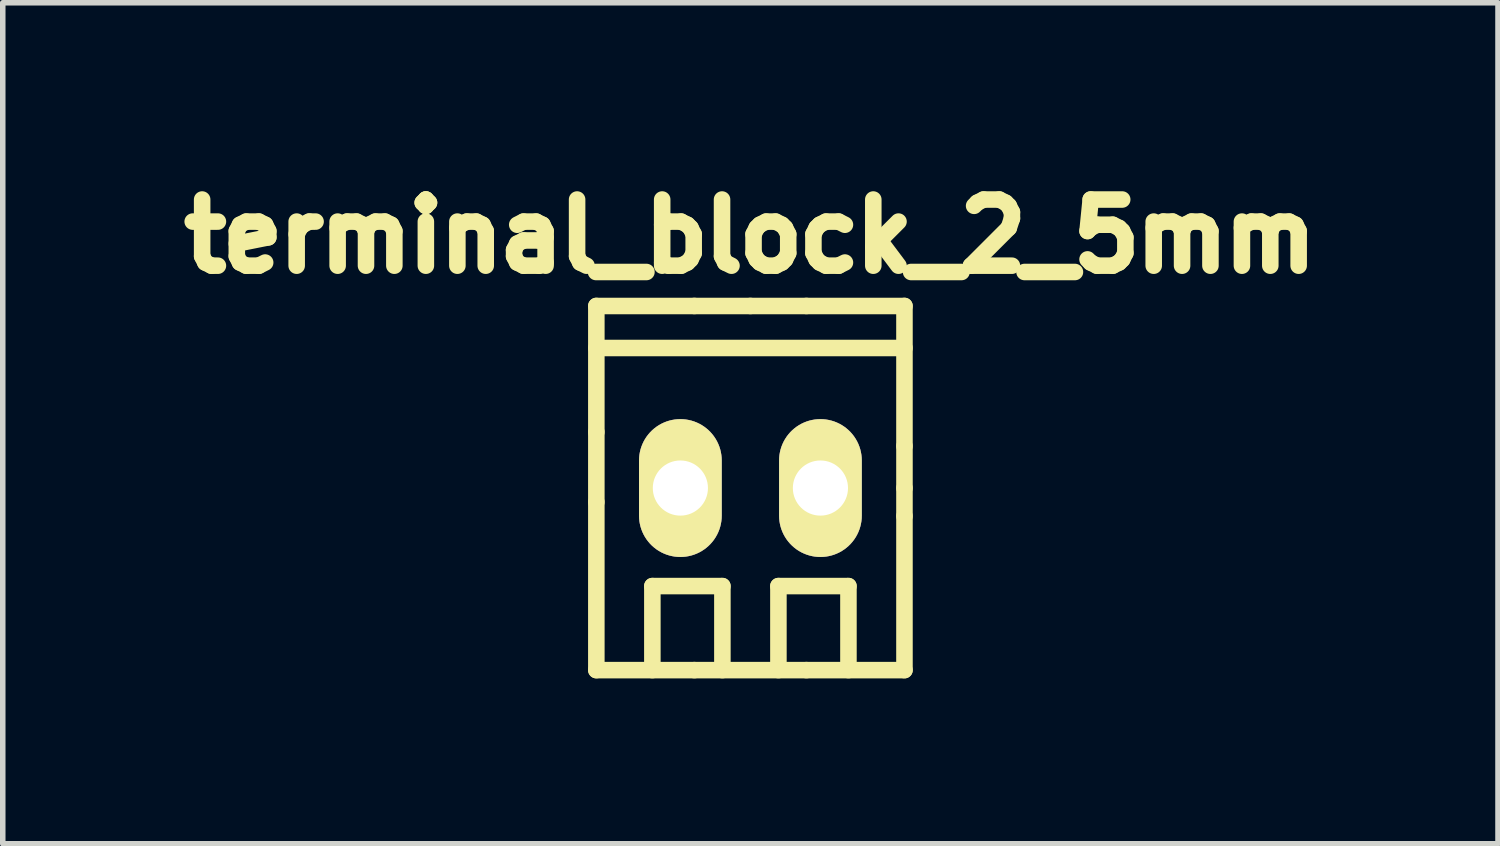
<source format=kicad_pcb>
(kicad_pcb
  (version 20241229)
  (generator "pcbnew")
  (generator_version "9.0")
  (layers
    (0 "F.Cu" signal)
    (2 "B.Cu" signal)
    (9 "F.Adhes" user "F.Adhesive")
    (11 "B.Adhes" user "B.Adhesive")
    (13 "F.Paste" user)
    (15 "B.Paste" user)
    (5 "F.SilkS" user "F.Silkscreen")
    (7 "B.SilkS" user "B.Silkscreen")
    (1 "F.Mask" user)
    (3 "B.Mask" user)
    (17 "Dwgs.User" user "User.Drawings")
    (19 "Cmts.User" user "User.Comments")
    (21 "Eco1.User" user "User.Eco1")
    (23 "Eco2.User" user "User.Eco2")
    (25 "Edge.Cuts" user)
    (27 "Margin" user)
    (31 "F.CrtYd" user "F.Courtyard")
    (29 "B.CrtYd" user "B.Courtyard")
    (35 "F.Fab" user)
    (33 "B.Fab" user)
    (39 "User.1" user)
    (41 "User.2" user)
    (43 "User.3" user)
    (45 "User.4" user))
  (footprint "terminal_block_2_5mm"
    (layer "F.Cu")
    (at 11.829 5.801)
    (property "Reference" "terminal_block_2_5mm" (at -1.27 -4.572 0) (layer "F.SilkS") (effects (font (size 1.2 1.2) (thickness 0.3))))
    (attr through_hole)
    (fp_line (start -4.064 -3.302) (end -2.286 -3.302) (stroke (width 0.3) (type solid)) (layer "F.SilkS"))
    (fp_line (start -4.064 -2.54) (end 1.524 -2.54) (stroke (width 0.3) (type solid)) (layer "F.SilkS"))
    (fp_line (start -4.064 -1.016) (end -4.064 -3.302) (stroke (width 0.3) (type solid)) (layer "F.SilkS"))
    (fp_line (start -4.064 0.254) (end -4.064 -1.016) (stroke (width 0.3) (type solid)) (layer "F.SilkS"))
    (fp_line (start -4.064 3.302) (end -4.064 0.254) (stroke (width 0.3) (type solid)) (layer "F.SilkS"))
    (fp_line (start -3.048 1.778) (end -1.778 1.778) (stroke (width 0.3) (type solid)) (layer "F.SilkS"))
    (fp_line (start -3.048 3.302) (end -3.048 1.778) (stroke (width 0.3) (type solid)) (layer "F.SilkS"))
    (fp_line (start -2.286 3.302) (end -4.064 3.302) (stroke (width 0.3) (type solid)) (layer "F.SilkS"))
    (fp_line (start -2.286 3.302) (end -0.254 3.302) (stroke (width 0.3) (type solid)) (layer "F.SilkS"))
    (fp_line (start -1.778 1.778) (end -1.778 3.302) (stroke (width 0.3) (type solid)) (layer "F.SilkS"))
    (fp_line (start -1.27 -3.302) (end -2.286 -3.302) (stroke (width 0.3) (type solid)) (layer "F.SilkS"))
    (fp_line (start -1.27 -3.302) (end -0.254 -3.302) (stroke (width 0.3) (type solid)) (layer "F.SilkS"))
    (fp_line (start -0.762 1.778) (end 0.508 1.778) (stroke (width 0.3) (type solid)) (layer "F.SilkS"))
    (fp_line (start -0.762 3.302) (end -0.762 1.778) (stroke (width 0.3) (type solid)) (layer "F.SilkS"))
    (fp_line (start -0.254 -3.302) (end 1.524 -3.302) (stroke (width 0.3) (type solid)) (layer "F.SilkS"))
    (fp_line (start 0.508 1.778) (end 0.508 3.302) (stroke (width 0.3) (type solid)) (layer "F.SilkS"))
    (fp_line (start 1.524 -3.302) (end 1.524 -0.762) (stroke (width 0.3) (type solid)) (layer "F.SilkS"))
    (fp_line (start 1.524 0) (end 1.524 -0.762) (stroke (width 0.3) (type solid)) (layer "F.SilkS"))
    (fp_line (start 1.524 0) (end 1.524 0.508) (stroke (width 0.3) (type solid)) (layer "F.SilkS"))
    (fp_line (start 1.524 0.508) (end 1.524 3.302) (stroke (width 0.3) (type solid)) (layer "F.SilkS"))
    (fp_line (start 1.524 3.302) (end -0.254 3.302) (stroke (width 0.3) (type solid)) (layer "F.SilkS"))
    (pad "1" thru_hole oval (at -2.54 0) (size 1.5 2.5) (drill 1) (layers "*.Cu" "*.Mask" "F.SilkS"))
    (pad "2" thru_hole oval (at 0 0) (size 1.5 2.5) (drill 1) (layers "*.Cu" "*.Mask" "F.SilkS")))
  (gr_rect
    (start -3 -3)
    (end 24.117 12.252)
    (stroke (width 0.1) (type default))
    (fill no)
    (layer "Edge.Cuts")))
</source>
